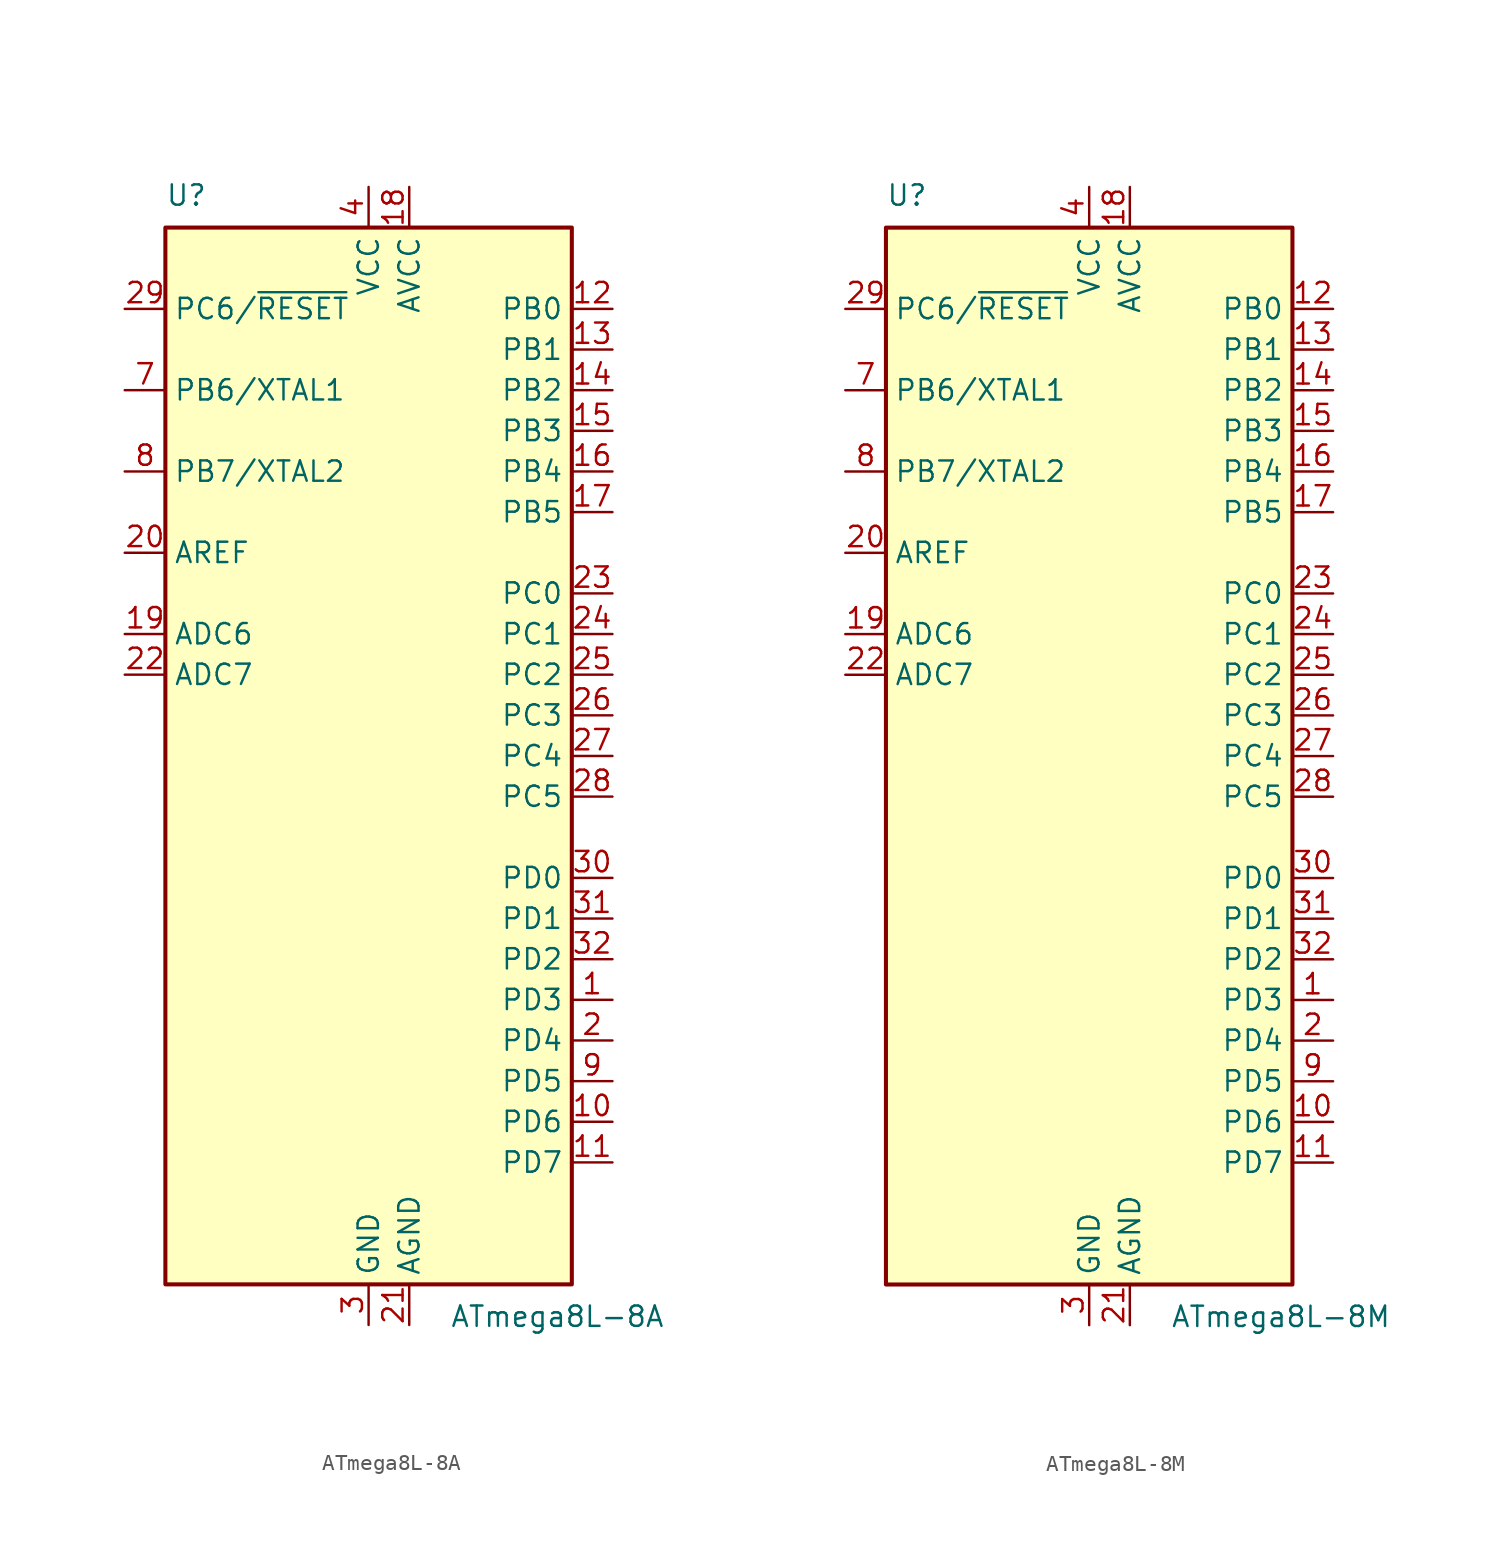
<source format=kicad_sym>
(kicad_symbol_lib
  (version 20220914)
  (generator kicad_symbol_editor)
  (symbol "ATmega8L-8A"
    (property "Reference" "U"
      (at -12.7 34.29 0)
      (effects (font (size 1.27 1.27)) (justify left bottom)))
    (property "Value" "ATmega8L-8A"
      (at 5.08 -34.29 0)
      (effects (font (size 1.27 1.27)) (justify left top)))
    (symbol "ATmega8L-8A_0_1"
      (rectangle (start -12.7 -33.02) (end 12.7 33.02) (stroke (width 0.254) (type default)) (fill (type background))))
    (symbol "ATmega8L-8A_1_1"
      (pin bidirectional line (at 15.24 -15.24 180) (length 2.54) (name "PD3" (effects (font (size 1.27 1.27)))) (number "1" (effects (font (size 1.27 1.27)))))
      (pin bidirectional line (at 15.24 -22.86 180) (length 2.54) (name "PD6" (effects (font (size 1.27 1.27)))) (number "10" (effects (font (size 1.27 1.27)))))
      (pin bidirectional line (at 15.24 -25.4 180) (length 2.54) (name "PD7" (effects (font (size 1.27 1.27)))) (number "11" (effects (font (size 1.27 1.27)))))
      (pin bidirectional line (at 15.24 27.94 180) (length 2.54) (name "PB0" (effects (font (size 1.27 1.27)))) (number "12" (effects (font (size 1.27 1.27)))))
      (pin bidirectional line (at 15.24 25.4 180) (length 2.54) (name "PB1" (effects (font (size 1.27 1.27)))) (number "13" (effects (font (size 1.27 1.27)))))
      (pin bidirectional line (at 15.24 22.86 180) (length 2.54) (name "PB2" (effects (font (size 1.27 1.27)))) (number "14" (effects (font (size 1.27 1.27)))))
      (pin bidirectional line (at 15.24 20.32 180) (length 2.54) (name "PB3" (effects (font (size 1.27 1.27)))) (number "15" (effects (font (size 1.27 1.27)))))
      (pin bidirectional line (at 15.24 17.78 180) (length 2.54) (name "PB4" (effects (font (size 1.27 1.27)))) (number "16" (effects (font (size 1.27 1.27)))))
      (pin bidirectional line (at 15.24 15.24 180) (length 2.54) (name "PB5" (effects (font (size 1.27 1.27)))) (number "17" (effects (font (size 1.27 1.27)))))
      (pin power_in line (at 2.54 35.56 270) (length 2.54) (name "AVCC" (effects (font (size 1.27 1.27)))) (number "18" (effects (font (size 1.27 1.27)))))
      (pin input line (at -15.24 7.62 0) (length 2.54) (name "ADC6" (effects (font (size 1.27 1.27)))) (number "19" (effects (font (size 1.27 1.27)))))
      (pin bidirectional line (at 15.24 -17.78 180) (length 2.54) (name "PD4" (effects (font (size 1.27 1.27)))) (number "2" (effects (font (size 1.27 1.27)))))
      (pin passive line (at -15.24 12.7 0) (length 2.54) (name "AREF" (effects (font (size 1.27 1.27)))) (number "20" (effects (font (size 1.27 1.27)))))
      (pin power_in line (at 2.54 -35.56 90) (length 2.54) (name "AGND" (effects (font (size 1.27 1.27)))) (number "21" (effects (font (size 1.27 1.27)))))
      (pin input line (at -15.24 5.08 0) (length 2.54) (name "ADC7" (effects (font (size 1.27 1.27)))) (number "22" (effects (font (size 1.27 1.27)))))
      (pin bidirectional line (at 15.24 10.16 180) (length 2.54) (name "PC0" (effects (font (size 1.27 1.27)))) (number "23" (effects (font (size 1.27 1.27)))))
      (pin bidirectional line (at 15.24 7.62 180) (length 2.54) (name "PC1" (effects (font (size 1.27 1.27)))) (number "24" (effects (font (size 1.27 1.27)))))
      (pin bidirectional line (at 15.24 5.08 180) (length 2.54) (name "PC2" (effects (font (size 1.27 1.27)))) (number "25" (effects (font (size 1.27 1.27)))))
      (pin bidirectional line (at 15.24 2.54 180) (length 2.54) (name "PC3" (effects (font (size 1.27 1.27)))) (number "26" (effects (font (size 1.27 1.27)))))
      (pin bidirectional line (at 15.24 0 180) (length 2.54) (name "PC4" (effects (font (size 1.27 1.27)))) (number "27" (effects (font (size 1.27 1.27)))))
      (pin bidirectional line (at 15.24 -2.54 180) (length 2.54) (name "PC5" (effects (font (size 1.27 1.27)))) (number "28" (effects (font (size 1.27 1.27)))))
      (pin bidirectional line (at -15.24 27.94 0) (length 2.54) (name "PC6/~{RESET}" (effects (font (size 1.27 1.27)))) (number "29" (effects (font (size 1.27 1.27)))))
      (pin power_in line (at 0 -35.56 90) (length 2.54) (name "GND" (effects (font (size 1.27 1.27)))) (number "3" (effects (font (size 1.27 1.27)))))
      (pin bidirectional line (at 15.24 -7.62 180) (length 2.54) (name "PD0" (effects (font (size 1.27 1.27)))) (number "30" (effects (font (size 1.27 1.27)))))
      (pin bidirectional line (at 15.24 -10.16 180) (length 2.54) (name "PD1" (effects (font (size 1.27 1.27)))) (number "31" (effects (font (size 1.27 1.27)))))
      (pin bidirectional line (at 15.24 -12.7 180) (length 2.54) (name "PD2" (effects (font (size 1.27 1.27)))) (number "32" (effects (font (size 1.27 1.27)))))
      (pin power_in line (at 0 35.56 270) (length 2.54) (name "VCC" (effects (font (size 1.27 1.27)))) (number "4" (effects (font (size 1.27 1.27)))))
      (pin passive line (at 0 -35.56 90) (length 2.54) hide (name "GND" (effects (font (size 1.27 1.27)))) (number "5" (effects (font (size 1.27 1.27)))))
      (pin passive line (at 0 35.56 270) (length 2.54) hide (name "VCC" (effects (font (size 1.27 1.27)))) (number "6" (effects (font (size 1.27 1.27)))))
      (pin bidirectional line (at -15.24 22.86 0) (length 2.54) (name "PB6/XTAL1" (effects (font (size 1.27 1.27)))) (number "7" (effects (font (size 1.27 1.27)))))
      (pin bidirectional line (at -15.24 17.78 0) (length 2.54) (name "PB7/XTAL2" (effects (font (size 1.27 1.27)))) (number "8" (effects (font (size 1.27 1.27)))))
      (pin bidirectional line (at 15.24 -20.32 180) (length 2.54) (name "PD5" (effects (font (size 1.27 1.27)))) (number "9" (effects (font (size 1.27 1.27)))))))
  (symbol "ATmega8L-8M"
    (property "Reference" "U"
      (at -12.7 34.29 0)
      (effects (font (size 1.27 1.27)) (justify left bottom)))
    (property "Value" "ATmega8L-8M"
      (at 5.08 -34.29 0)
      (effects (font (size 1.27 1.27)) (justify left top)))
    (symbol "ATmega8L-8M_0_1"
      (rectangle (start -12.7 -33.02) (end 12.7 33.02) (stroke (width 0.254) (type default)) (fill (type background))))
    (symbol "ATmega8L-8M_1_1"
      (pin bidirectional line (at 15.24 -15.24 180) (length 2.54) (name "PD3" (effects (font (size 1.27 1.27)))) (number "1" (effects (font (size 1.27 1.27)))))
      (pin bidirectional line (at 15.24 -22.86 180) (length 2.54) (name "PD6" (effects (font (size 1.27 1.27)))) (number "10" (effects (font (size 1.27 1.27)))))
      (pin bidirectional line (at 15.24 -25.4 180) (length 2.54) (name "PD7" (effects (font (size 1.27 1.27)))) (number "11" (effects (font (size 1.27 1.27)))))
      (pin bidirectional line (at 15.24 27.94 180) (length 2.54) (name "PB0" (effects (font (size 1.27 1.27)))) (number "12" (effects (font (size 1.27 1.27)))))
      (pin bidirectional line (at 15.24 25.4 180) (length 2.54) (name "PB1" (effects (font (size 1.27 1.27)))) (number "13" (effects (font (size 1.27 1.27)))))
      (pin bidirectional line (at 15.24 22.86 180) (length 2.54) (name "PB2" (effects (font (size 1.27 1.27)))) (number "14" (effects (font (size 1.27 1.27)))))
      (pin bidirectional line (at 15.24 20.32 180) (length 2.54) (name "PB3" (effects (font (size 1.27 1.27)))) (number "15" (effects (font (size 1.27 1.27)))))
      (pin bidirectional line (at 15.24 17.78 180) (length 2.54) (name "PB4" (effects (font (size 1.27 1.27)))) (number "16" (effects (font (size 1.27 1.27)))))
      (pin bidirectional line (at 15.24 15.24 180) (length 2.54) (name "PB5" (effects (font (size 1.27 1.27)))) (number "17" (effects (font (size 1.27 1.27)))))
      (pin power_in line (at 2.54 35.56 270) (length 2.54) (name "AVCC" (effects (font (size 1.27 1.27)))) (number "18" (effects (font (size 1.27 1.27)))))
      (pin input line (at -15.24 7.62 0) (length 2.54) (name "ADC6" (effects (font (size 1.27 1.27)))) (number "19" (effects (font (size 1.27 1.27)))))
      (pin bidirectional line (at 15.24 -17.78 180) (length 2.54) (name "PD4" (effects (font (size 1.27 1.27)))) (number "2" (effects (font (size 1.27 1.27)))))
      (pin passive line (at -15.24 12.7 0) (length 2.54) (name "AREF" (effects (font (size 1.27 1.27)))) (number "20" (effects (font (size 1.27 1.27)))))
      (pin power_in line (at 2.54 -35.56 90) (length 2.54) (name "AGND" (effects (font (size 1.27 1.27)))) (number "21" (effects (font (size 1.27 1.27)))))
      (pin input line (at -15.24 5.08 0) (length 2.54) (name "ADC7" (effects (font (size 1.27 1.27)))) (number "22" (effects (font (size 1.27 1.27)))))
      (pin bidirectional line (at 15.24 10.16 180) (length 2.54) (name "PC0" (effects (font (size 1.27 1.27)))) (number "23" (effects (font (size 1.27 1.27)))))
      (pin bidirectional line (at 15.24 7.62 180) (length 2.54) (name "PC1" (effects (font (size 1.27 1.27)))) (number "24" (effects (font (size 1.27 1.27)))))
      (pin bidirectional line (at 15.24 5.08 180) (length 2.54) (name "PC2" (effects (font (size 1.27 1.27)))) (number "25" (effects (font (size 1.27 1.27)))))
      (pin bidirectional line (at 15.24 2.54 180) (length 2.54) (name "PC3" (effects (font (size 1.27 1.27)))) (number "26" (effects (font (size 1.27 1.27)))))
      (pin bidirectional line (at 15.24 0 180) (length 2.54) (name "PC4" (effects (font (size 1.27 1.27)))) (number "27" (effects (font (size 1.27 1.27)))))
      (pin bidirectional line (at 15.24 -2.54 180) (length 2.54) (name "PC5" (effects (font (size 1.27 1.27)))) (number "28" (effects (font (size 1.27 1.27)))))
      (pin bidirectional line (at -15.24 27.94 0) (length 2.54) (name "PC6/~{RESET}" (effects (font (size 1.27 1.27)))) (number "29" (effects (font (size 1.27 1.27)))))
      (pin power_in line (at 0 -35.56 90) (length 2.54) (name "GND" (effects (font (size 1.27 1.27)))) (number "3" (effects (font (size 1.27 1.27)))))
      (pin bidirectional line (at 15.24 -7.62 180) (length 2.54) (name "PD0" (effects (font (size 1.27 1.27)))) (number "30" (effects (font (size 1.27 1.27)))))
      (pin bidirectional line (at 15.24 -10.16 180) (length 2.54) (name "PD1" (effects (font (size 1.27 1.27)))) (number "31" (effects (font (size 1.27 1.27)))))
      (pin bidirectional line (at 15.24 -12.7 180) (length 2.54) (name "PD2" (effects (font (size 1.27 1.27)))) (number "32" (effects (font (size 1.27 1.27)))))
      (pin passive line (at 0 -35.56 90) (length 2.54) hide (name "GND" (effects (font (size 1.27 1.27)))) (number "33" (effects (font (size 1.27 1.27)))))
      (pin power_in line (at 0 35.56 270) (length 2.54) (name "VCC" (effects (font (size 1.27 1.27)))) (number "4" (effects (font (size 1.27 1.27)))))
      (pin passive line (at 0 -35.56 90) (length 2.54) hide (name "GND" (effects (font (size 1.27 1.27)))) (number "5" (effects (font (size 1.27 1.27)))))
      (pin passive line (at 0 35.56 270) (length 2.54) hide (name "VCC" (effects (font (size 1.27 1.27)))) (number "6" (effects (font (size 1.27 1.27)))))
      (pin bidirectional line (at -15.24 22.86 0) (length 2.54) (name "PB6/XTAL1" (effects (font (size 1.27 1.27)))) (number "7" (effects (font (size 1.27 1.27)))))
      (pin bidirectional line (at -15.24 17.78 0) (length 2.54) (name "PB7/XTAL2" (effects (font (size 1.27 1.27)))) (number "8" (effects (font (size 1.27 1.27)))))
      (pin bidirectional line (at 15.24 -20.32 180) (length 2.54) (name "PD5" (effects (font (size 1.27 1.27)))) (number "9" (effects (font (size 1.27 1.27))))))))
</source>
